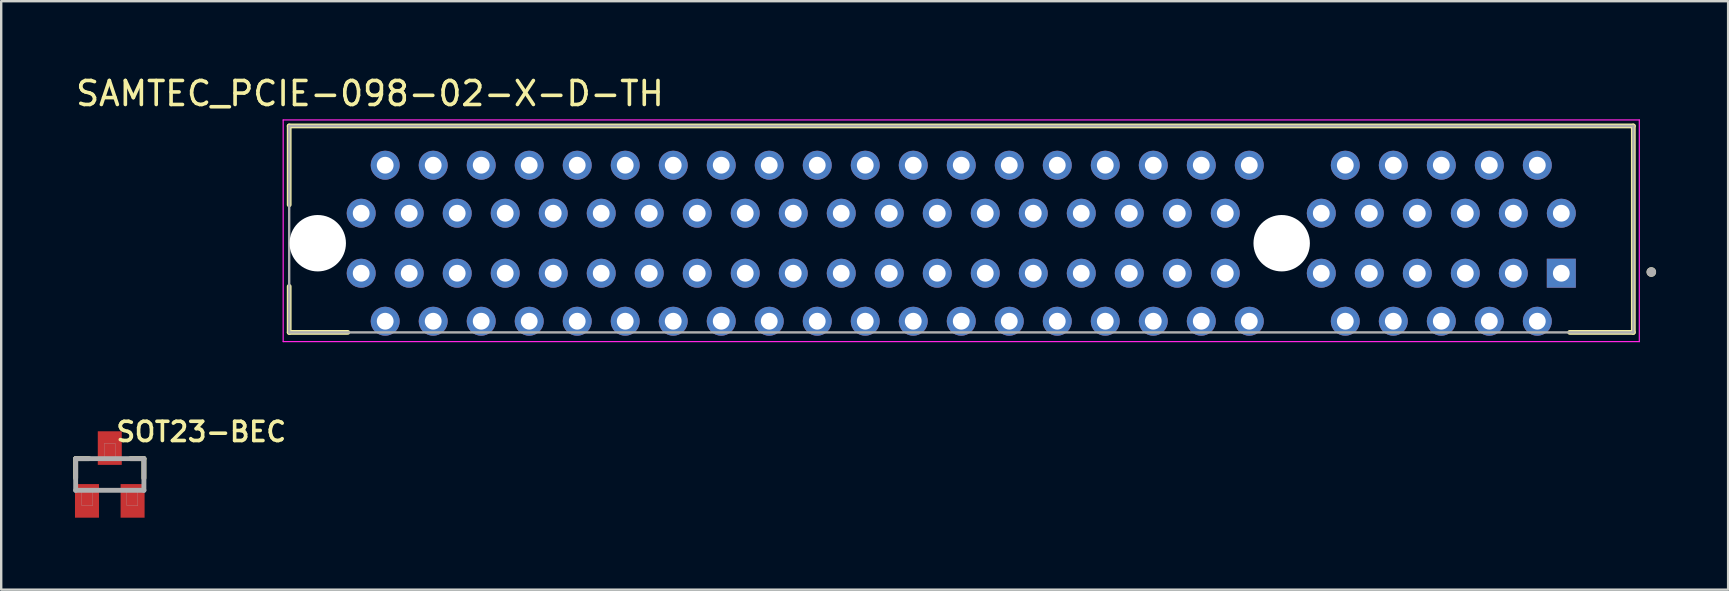
<source format=kicad_pcb>
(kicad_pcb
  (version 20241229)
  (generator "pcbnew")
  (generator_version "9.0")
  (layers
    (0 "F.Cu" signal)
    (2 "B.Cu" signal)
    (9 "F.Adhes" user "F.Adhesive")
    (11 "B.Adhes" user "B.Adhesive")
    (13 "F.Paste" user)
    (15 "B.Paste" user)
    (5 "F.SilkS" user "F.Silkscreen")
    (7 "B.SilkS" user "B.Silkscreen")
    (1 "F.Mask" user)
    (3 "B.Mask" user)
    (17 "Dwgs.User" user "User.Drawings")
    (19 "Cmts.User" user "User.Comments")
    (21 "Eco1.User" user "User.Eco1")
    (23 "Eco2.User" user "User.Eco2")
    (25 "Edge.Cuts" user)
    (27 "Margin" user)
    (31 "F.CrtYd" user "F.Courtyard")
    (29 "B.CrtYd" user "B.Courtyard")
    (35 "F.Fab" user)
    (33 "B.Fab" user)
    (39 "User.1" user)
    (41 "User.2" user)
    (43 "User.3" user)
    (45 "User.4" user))
  (footprint "SOT23-BEC"
    (layer "F.Cu")
    (at 1.524 16.718)
    (property "Reference" "SOT23-BEC" (at 3.811 -1.778 0) (layer "F.SilkS") (effects (font (size 0.8 0.8) (thickness 0.15))))
    (attr through_hole)
    (fp_line (start -1.422 -0.66) (end -0.864 -0.66) (stroke (width 0.203) (type solid)) (layer "F.SilkS"))
    (fp_line (start -1.422 0.152) (end -1.422 -0.66) (stroke (width 0.203) (type solid)) (layer "F.SilkS"))
    (fp_line (start 0.864 -0.66) (end 1.422 -0.66) (stroke (width 0.203) (type solid)) (layer "F.SilkS"))
    (fp_line (start 1.422 -0.66) (end 1.422 0.152) (stroke (width 0.203) (type solid)) (layer "F.SilkS"))
    (fp_line (start -1.422 -0.66) (end 1.422 -0.66) (stroke (width 0.203) (type solid)) (layer "F.Fab"))
    (fp_line (start -1.422 0.66) (end -1.422 -0.66) (stroke (width 0.203) (type solid)) (layer "F.Fab"))
    (fp_line (start 1.422 -0.66) (end 1.422 0.66) (stroke (width 0.203) (type solid)) (layer "F.Fab"))
    (fp_line (start 1.422 0.66) (end -1.422 0.66) (stroke (width 0.203) (type solid)) (layer "F.Fab"))
    (fp_poly (pts (xy -1.169 0.711) (xy -0.711 0.711) (xy -0.711 1.296) (xy -1.169 1.296)) (stroke (width 0.01) (type solid)) (fill no) (layer "F.Fab"))
    (fp_poly (pts (xy -0.229 -1.295) (xy 0.229 -1.295) (xy 0.229 -0.712) (xy -0.229 -0.712)) (stroke (width 0.01) (type solid)) (fill no) (layer "F.Fab"))
    (fp_poly (pts (xy 0.712 0.711) (xy 1.168 0.711) (xy 1.168 1.296) (xy 0.712 1.296)) (stroke (width 0.01) (type solid)) (fill no) (layer "F.Fab"))
    (pad "B" smd rect (at -0.95 1.1) (size 1 1.4) (layers "F.Cu" "F.Mask" "F.Paste"))
    (pad "C" smd rect (at 0 -1.1) (size 1 1.4) (layers "F.Cu" "F.Mask" "F.Paste"))
    (pad "E" smd rect (at 0.95 1.1) (size 1 1.4) (layers "F.Cu" "F.Mask" "F.Paste")))
  (footprint "SAMTEC_PCIE-098-02-X-D-TH"
    (layer "F.Cu")
    (at 36.998 6.498)
    (property "Reference" "SAMTEC_PCIE-098-02-X-D-TH" (at -24.635 -5.65 0) (layer "F.SilkS") (effects (font (size 1 1) (thickness 0.15))))
    (attr through_hole)
    (fp_line (start -28 -4.3) (end 28 -4.3) (stroke (width 0.2) (type solid)) (layer "F.SilkS"))
    (fp_line (start -28 -1.015) (end -28 -4.3) (stroke (width 0.2) (type solid)) (layer "F.SilkS"))
    (fp_line (start -28 4.3) (end -28 2.385) (stroke (width 0.2) (type solid)) (layer "F.SilkS"))
    (fp_line (start -25.56 4.3) (end -28 4.3) (stroke (width 0.2) (type solid)) (layer "F.SilkS"))
    (fp_line (start 28 -4.3) (end 28 4.3) (stroke (width 0.2) (type solid)) (layer "F.SilkS"))
    (fp_line (start 28 4.3) (end 25.35 4.3) (stroke (width 0.2) (type solid)) (layer "F.SilkS"))
    (fp_circle (center 28.75 1.785) (end 28.85 1.785) (stroke (width 0.2) (type solid)) (fill no) (layer "F.SilkS"))
    (fp_line (start -28.25 -4.55) (end 28.25 -4.55) (stroke (width 0.05) (type solid)) (layer "F.CrtYd"))
    (fp_line (start -28.25 4.685) (end -28.25 -4.55) (stroke (width 0.05) (type solid)) (layer "F.CrtYd"))
    (fp_line (start 28.25 -4.55) (end 28.25 4.685) (stroke (width 0.05) (type solid)) (layer "F.CrtYd"))
    (fp_line (start 28.25 4.685) (end -28.25 4.685) (stroke (width 0.05) (type solid)) (layer "F.CrtYd"))
    (fp_line (start -28 -4.3) (end 28 -4.3) (stroke (width 0.1) (type solid)) (layer "F.Fab"))
    (fp_line (start -28 4.3) (end -28 -4.3) (stroke (width 0.1) (type solid)) (layer "F.Fab"))
    (fp_line (start 28 -4.3) (end 28 4.3) (stroke (width 0.1) (type solid)) (layer "F.Fab"))
    (fp_line (start 28 4.3) (end -28 4.3) (stroke (width 0.1) (type solid)) (layer "F.Fab"))
    (fp_circle (center 28.75 1.785) (end 28.85 1.785) (stroke (width 0.2) (type solid)) (fill no) (layer "F.Fab"))
    (pad "" np_thru_hole circle (at -26.81 0.585) (size 2.35 2.35) (drill 2.35) (layers "*.Cu" "*.Mask"))
    (pad "" np_thru_hole circle (at 13.35 0.585) (size 2.35 2.35) (drill 2.35) (layers "*.Cu" "*.Mask"))
    (pad "A1" thru_hole rect (at 25 1.835) (size 1.208 1.208) (drill 0.7) (layers "*.Cu" "*.Mask"))
    (pad "A2" thru_hole circle (at 24 3.835) (size 1.208 1.208) (drill 0.7) (layers "*.Cu" "*.Mask"))
    (pad "A3" thru_hole circle (at 23 1.835) (size 1.208 1.208) (drill 0.7) (layers "*.Cu" "*.Mask"))
    (pad "A4" thru_hole circle (at 22 3.835) (size 1.208 1.208) (drill 0.7) (layers "*.Cu" "*.Mask"))
    (pad "A5" thru_hole circle (at 21 1.835) (size 1.208 1.208) (drill 0.7) (layers "*.Cu" "*.Mask"))
    (pad "A6" thru_hole circle (at 20 3.835) (size 1.208 1.208) (drill 0.7) (layers "*.Cu" "*.Mask"))
    (pad "A7" thru_hole circle (at 19 1.835) (size 1.208 1.208) (drill 0.7) (layers "*.Cu" "*.Mask"))
    (pad "A8" thru_hole circle (at 18 3.835) (size 1.208 1.208) (drill 0.7) (layers "*.Cu" "*.Mask"))
    (pad "A9" thru_hole circle (at 17 1.835) (size 1.208 1.208) (drill 0.7) (layers "*.Cu" "*.Mask"))
    (pad "A10" thru_hole circle (at 16 3.835) (size 1.208 1.208) (drill 0.7) (layers "*.Cu" "*.Mask"))
    (pad "A11" thru_hole circle (at 15 1.835) (size 1.208 1.208) (drill 0.7) (layers "*.Cu" "*.Mask"))
    (pad "A12" thru_hole circle (at 12 3.835) (size 1.208 1.208) (drill 0.7) (layers "*.Cu" "*.Mask"))
    (pad "A13" thru_hole circle (at 11 1.835) (size 1.208 1.208) (drill 0.7) (layers "*.Cu" "*.Mask"))
    (pad "A14" thru_hole circle (at 10 3.835) (size 1.208 1.208) (drill 0.7) (layers "*.Cu" "*.Mask"))
    (pad "A15" thru_hole circle (at 9 1.835) (size 1.208 1.208) (drill 0.7) (layers "*.Cu" "*.Mask"))
    (pad "A16" thru_hole circle (at 8 3.835) (size 1.208 1.208) (drill 0.7) (layers "*.Cu" "*.Mask"))
    (pad "A17" thru_hole circle (at 7 1.835) (size 1.208 1.208) (drill 0.7) (layers "*.Cu" "*.Mask"))
    (pad "A18" thru_hole circle (at 6 3.835) (size 1.208 1.208) (drill 0.7) (layers "*.Cu" "*.Mask"))
    (pad "A19" thru_hole circle (at 5 1.835) (size 1.208 1.208) (drill 0.7) (layers "*.Cu" "*.Mask"))
    (pad "A20" thru_hole circle (at 4 3.835) (size 1.208 1.208) (drill 0.7) (layers "*.Cu" "*.Mask"))
    (pad "A21" thru_hole circle (at 3 1.835) (size 1.208 1.208) (drill 0.7) (layers "*.Cu" "*.Mask"))
    (pad "A22" thru_hole circle (at 2 3.835) (size 1.208 1.208) (drill 0.7) (layers "*.Cu" "*.Mask"))
    (pad "A23" thru_hole circle (at 1 1.835) (size 1.208 1.208) (drill 0.7) (layers "*.Cu" "*.Mask"))
    (pad "A24" thru_hole circle (at 0 3.835) (size 1.208 1.208) (drill 0.7) (layers "*.Cu" "*.Mask"))
    (pad "A25" thru_hole circle (at -1 1.835) (size 1.208 1.208) (drill 0.7) (layers "*.Cu" "*.Mask"))
    (pad "A26" thru_hole circle (at -2 3.835) (size 1.208 1.208) (drill 0.7) (layers "*.Cu" "*.Mask"))
    (pad "A27" thru_hole circle (at -3 1.835) (size 1.208 1.208) (drill 0.7) (layers "*.Cu" "*.Mask"))
    (pad "A28" thru_hole circle (at -4 3.835) (size 1.208 1.208) (drill 0.7) (layers "*.Cu" "*.Mask"))
    (pad "A29" thru_hole circle (at -5 1.835) (size 1.208 1.208) (drill 0.7) (layers "*.Cu" "*.Mask"))
    (pad "A30" thru_hole circle (at -6 3.835) (size 1.208 1.208) (drill 0.7) (layers "*.Cu" "*.Mask"))
    (pad "A31" thru_hole circle (at -7 1.835) (size 1.208 1.208) (drill 0.7) (layers "*.Cu" "*.Mask"))
    (pad "A32" thru_hole circle (at -8 3.835) (size 1.208 1.208) (drill 0.7) (layers "*.Cu" "*.Mask"))
    (pad "A33" thru_hole circle (at -9 1.835) (size 1.208 1.208) (drill 0.7) (layers "*.Cu" "*.Mask"))
    (pad "A34" thru_hole circle (at -10 3.835) (size 1.208 1.208) (drill 0.7) (layers "*.Cu" "*.Mask"))
    (pad "A35" thru_hole circle (at -11 1.835) (size 1.208 1.208) (drill 0.7) (layers "*.Cu" "*.Mask"))
    (pad "A36" thru_hole circle (at -12 3.835) (size 1.208 1.208) (drill 0.7) (layers "*.Cu" "*.Mask"))
    (pad "A37" thru_hole circle (at -13 1.835) (size 1.208 1.208) (drill 0.7) (layers "*.Cu" "*.Mask"))
    (pad "A38" thru_hole circle (at -14 3.835) (size 1.208 1.208) (drill 0.7) (layers "*.Cu" "*.Mask"))
    (pad "A39" thru_hole circle (at -15 1.835) (size 1.208 1.208) (drill 0.7) (layers "*.Cu" "*.Mask"))
    (pad "A40" thru_hole circle (at -16 3.835) (size 1.208 1.208) (drill 0.7) (layers "*.Cu" "*.Mask"))
    (pad "A41" thru_hole circle (at -17 1.835) (size 1.208 1.208) (drill 0.7) (layers "*.Cu" "*.Mask"))
    (pad "A42" thru_hole circle (at -18 3.835) (size 1.208 1.208) (drill 0.7) (layers "*.Cu" "*.Mask"))
    (pad "A43" thru_hole circle (at -19 1.835) (size 1.208 1.208) (drill 0.7) (layers "*.Cu" "*.Mask"))
    (pad "A44" thru_hole circle (at -20 3.835) (size 1.208 1.208) (drill 0.7) (layers "*.Cu" "*.Mask"))
    (pad "A45" thru_hole circle (at -21 1.835) (size 1.208 1.208) (drill 0.7) (layers "*.Cu" "*.Mask"))
    (pad "A46" thru_hole circle (at -22 3.835) (size 1.208 1.208) (drill 0.7) (layers "*.Cu" "*.Mask"))
    (pad "A47" thru_hole circle (at -23 1.835) (size 1.208 1.208) (drill 0.7) (layers "*.Cu" "*.Mask"))
    (pad "A48" thru_hole circle (at -24 3.835) (size 1.208 1.208) (drill 0.7) (layers "*.Cu" "*.Mask"))
    (pad "A49" thru_hole circle (at -25 1.835) (size 1.208 1.208) (drill 0.7) (layers "*.Cu" "*.Mask"))
    (pad "B1" thru_hole circle (at 25 -0.665) (size 1.208 1.208) (drill 0.7) (layers "*.Cu" "*.Mask"))
    (pad "B2" thru_hole circle (at 24 -2.665) (size 1.208 1.208) (drill 0.7) (layers "*.Cu" "*.Mask"))
    (pad "B3" thru_hole circle (at 23 -0.665) (size 1.208 1.208) (drill 0.7) (layers "*.Cu" "*.Mask"))
    (pad "B4" thru_hole circle (at 22 -2.665) (size 1.208 1.208) (drill 0.7) (layers "*.Cu" "*.Mask"))
    (pad "B5" thru_hole circle (at 21 -0.665) (size 1.208 1.208) (drill 0.7) (layers "*.Cu" "*.Mask"))
    (pad "B6" thru_hole circle (at 20 -2.665) (size 1.208 1.208) (drill 0.7) (layers "*.Cu" "*.Mask"))
    (pad "B7" thru_hole circle (at 19 -0.665) (size 1.208 1.208) (drill 0.7) (layers "*.Cu" "*.Mask"))
    (pad "B8" thru_hole circle (at 18 -2.665) (size 1.208 1.208) (drill 0.7) (layers "*.Cu" "*.Mask"))
    (pad "B9" thru_hole circle (at 17 -0.665) (size 1.208 1.208) (drill 0.7) (layers "*.Cu" "*.Mask"))
    (pad "B10" thru_hole circle (at 16 -2.665) (size 1.208 1.208) (drill 0.7) (layers "*.Cu" "*.Mask"))
    (pad "B11" thru_hole circle (at 15 -0.665) (size 1.208 1.208) (drill 0.7) (layers "*.Cu" "*.Mask"))
    (pad "B12" thru_hole circle (at 12 -2.665) (size 1.208 1.208) (drill 0.7) (layers "*.Cu" "*.Mask"))
    (pad "B13" thru_hole circle (at 11 -0.665) (size 1.208 1.208) (drill 0.7) (layers "*.Cu" "*.Mask"))
    (pad "B14" thru_hole circle (at 10 -2.665) (size 1.208 1.208) (drill 0.7) (layers "*.Cu" "*.Mask"))
    (pad "B15" thru_hole circle (at 9 -0.665) (size 1.208 1.208) (drill 0.7) (layers "*.Cu" "*.Mask"))
    (pad "B16" thru_hole circle (at 8 -2.665) (size 1.208 1.208) (drill 0.7) (layers "*.Cu" "*.Mask"))
    (pad "B17" thru_hole circle (at 7 -0.665) (size 1.208 1.208) (drill 0.7) (layers "*.Cu" "*.Mask"))
    (pad "B18" thru_hole circle (at 6 -2.665) (size 1.208 1.208) (drill 0.7) (layers "*.Cu" "*.Mask"))
    (pad "B19" thru_hole circle (at 5 -0.665) (size 1.208 1.208) (drill 0.7) (layers "*.Cu" "*.Mask"))
    (pad "B20" thru_hole circle (at 4 -2.665) (size 1.208 1.208) (drill 0.7) (layers "*.Cu" "*.Mask"))
    (pad "B21" thru_hole circle (at 3 -0.665) (size 1.208 1.208) (drill 0.7) (layers "*.Cu" "*.Mask"))
    (pad "B22" thru_hole circle (at 2 -2.665) (size 1.208 1.208) (drill 0.7) (layers "*.Cu" "*.Mask"))
    (pad "B23" thru_hole circle (at 1 -0.665) (size 1.208 1.208) (drill 0.7) (layers "*.Cu" "*.Mask"))
    (pad "B24" thru_hole circle (at 0 -2.665) (size 1.208 1.208) (drill 0.7) (layers "*.Cu" "*.Mask"))
    (pad "B25" thru_hole circle (at -1 -0.665) (size 1.208 1.208) (drill 0.7) (layers "*.Cu" "*.Mask"))
    (pad "B26" thru_hole circle (at -2 -2.665) (size 1.208 1.208) (drill 0.7) (layers "*.Cu" "*.Mask"))
    (pad "B27" thru_hole circle (at -3 -0.665) (size 1.208 1.208) (drill 0.7) (layers "*.Cu" "*.Mask"))
    (pad "B28" thru_hole circle (at -4 -2.665) (size 1.208 1.208) (drill 0.7) (layers "*.Cu" "*.Mask"))
    (pad "B29" thru_hole circle (at -5 -0.665) (size 1.208 1.208) (drill 0.7) (layers "*.Cu" "*.Mask"))
    (pad "B30" thru_hole circle (at -6 -2.665) (size 1.208 1.208) (drill 0.7) (layers "*.Cu" "*.Mask"))
    (pad "B31" thru_hole circle (at -7 -0.665) (size 1.208 1.208) (drill 0.7) (layers "*.Cu" "*.Mask"))
    (pad "B32" thru_hole circle (at -8 -2.665) (size 1.208 1.208) (drill 0.7) (layers "*.Cu" "*.Mask"))
    (pad "B33" thru_hole circle (at -9 -0.665) (size 1.208 1.208) (drill 0.7) (layers "*.Cu" "*.Mask"))
    (pad "B34" thru_hole circle (at -10 -2.665) (size 1.208 1.208) (drill 0.7) (layers "*.Cu" "*.Mask"))
    (pad "B35" thru_hole circle (at -11 -0.665) (size 1.208 1.208) (drill 0.7) (layers "*.Cu" "*.Mask"))
    (pad "B36" thru_hole circle (at -12 -2.665) (size 1.208 1.208) (drill 0.7) (layers "*.Cu" "*.Mask"))
    (pad "B37" thru_hole circle (at -13 -0.665) (size 1.208 1.208) (drill 0.7) (layers "*.Cu" "*.Mask"))
    (pad "B38" thru_hole circle (at -14 -2.665) (size 1.208 1.208) (drill 0.7) (layers "*.Cu" "*.Mask"))
    (pad "B39" thru_hole circle (at -15 -0.665) (size 1.208 1.208) (drill 0.7) (layers "*.Cu" "*.Mask"))
    (pad "B40" thru_hole circle (at -16 -2.665) (size 1.208 1.208) (drill 0.7) (layers "*.Cu" "*.Mask"))
    (pad "B41" thru_hole circle (at -17 -0.665) (size 1.208 1.208) (drill 0.7) (layers "*.Cu" "*.Mask"))
    (pad "B42" thru_hole circle (at -18 -2.665) (size 1.208 1.208) (drill 0.7) (layers "*.Cu" "*.Mask"))
    (pad "B43" thru_hole circle (at -19 -0.665) (size 1.208 1.208) (drill 0.7) (layers "*.Cu" "*.Mask"))
    (pad "B44" thru_hole circle (at -20 -2.665) (size 1.208 1.208) (drill 0.7) (layers "*.Cu" "*.Mask"))
    (pad "B45" thru_hole circle (at -21 -0.665) (size 1.208 1.208) (drill 0.7) (layers "*.Cu" "*.Mask"))
    (pad "B46" thru_hole circle (at -22 -2.665) (size 1.208 1.208) (drill 0.7) (layers "*.Cu" "*.Mask"))
    (pad "B47" thru_hole circle (at -23 -0.665) (size 1.208 1.208) (drill 0.7) (layers "*.Cu" "*.Mask"))
    (pad "B48" thru_hole circle (at -24 -2.665) (size 1.208 1.208) (drill 0.7) (layers "*.Cu" "*.Mask"))
    (pad "B49" thru_hole circle (at -25 -0.665) (size 1.208 1.208) (drill 0.7) (layers "*.Cu" "*.Mask")))
  (gr_rect
    (start -3 -3)
    (end 68.948 21.518)
    (stroke (width 0.1) (type default))
    (fill no)
    (layer "Edge.Cuts")))
</source>
